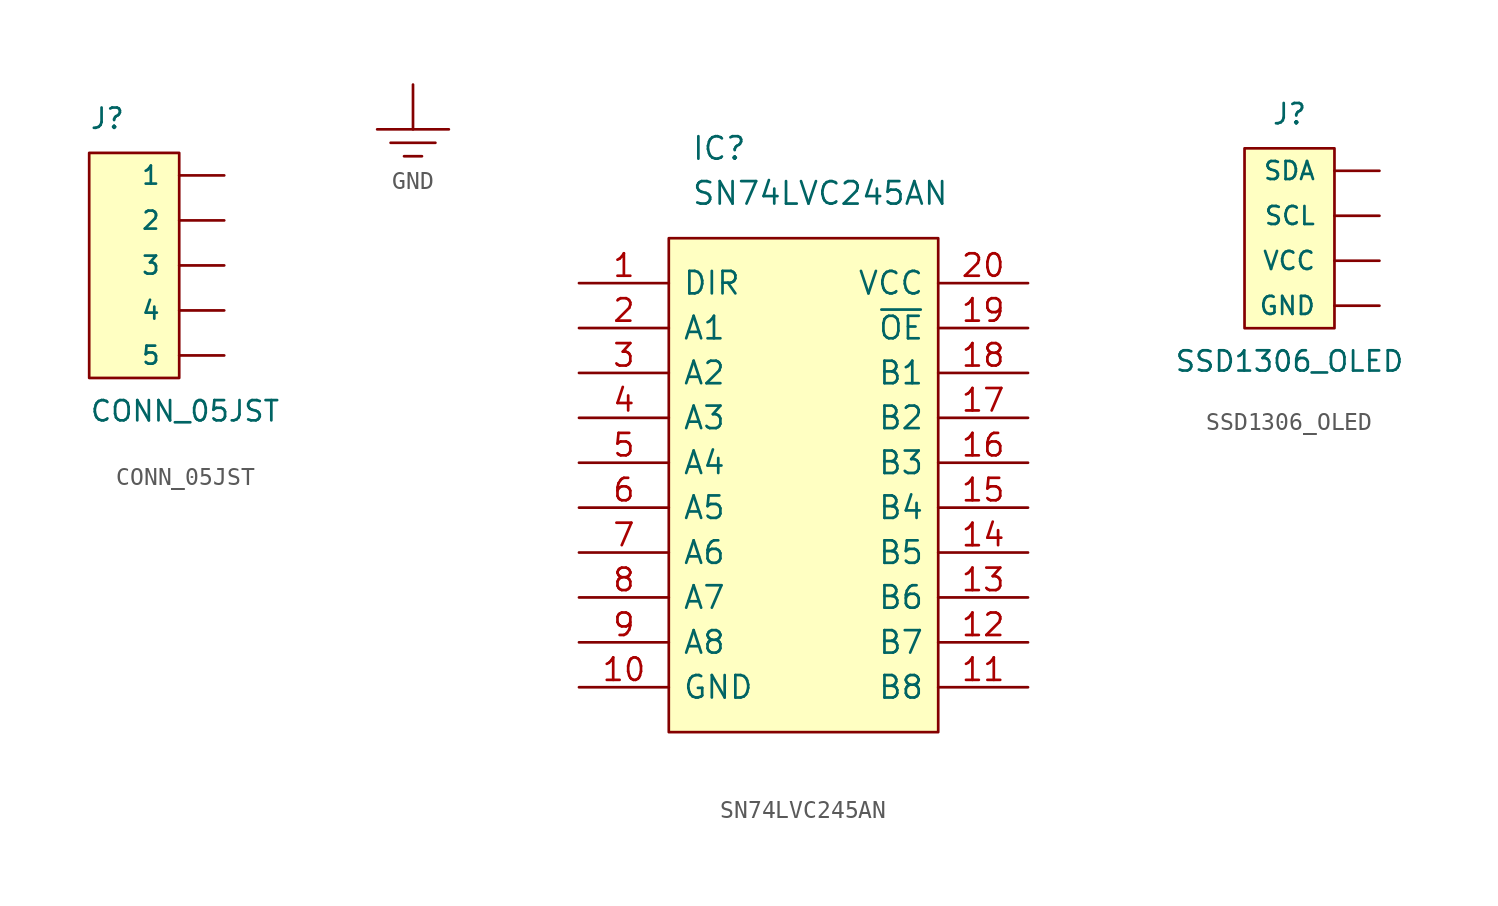
<source format=kicad_sym>
(kicad_symbol_lib
  (version 20211014)
  (generator kicad_symbol_editor)
  (symbol "CONN_05JST"
    (pin_numbers hide)
    (pin_names
      (offset 1.016))
    (property "Reference" "J"
      (at -5.08 12.7 0)
      (effects (font (size 1.143 1.143)) (justify left bottom)))
    (property "Value" "CONN_05JST"
      (at -5.08 -3.81 0)
      (effects (font (size 1.143 1.143)) (justify left bottom)))
    (symbol "CONN_05JST_0_1"
      (rectangle (start 0 -1.27) (end -5.08 11.43) (stroke (width 0) (type default) (color 0 0 0 0)) (fill (type background))))
    (symbol "CONN_05JST_1_1"
      (pin passive line (at 2.54 10.16 180) (length 2.54) (name "1" (effects (font (size 1.016 1.016)))) (number "1" (effects (font (size 1.016 1.016)))))
      (pin passive line (at 2.54 7.62 180) (length 2.54) (name "2" (effects (font (size 1.016 1.016)))) (number "2" (effects (font (size 1.016 1.016)))))
      (pin passive line (at 2.54 5.08 180) (length 2.54) (name "3" (effects (font (size 1.016 1.016)))) (number "3" (effects (font (size 1.016 1.016)))))
      (pin passive line (at 2.54 2.54 180) (length 2.54) (name "4" (effects (font (size 1.016 1.016)))) (number "4" (effects (font (size 1.016 1.016)))))
      (pin passive line (at 2.54 0 180) (length 2.54) (name "5" (effects (font (size 1.016 1.016)))) (number "5" (effects (font (size 1.016 1.016)))))))
  (symbol "GND"
    (power)
    (pin_numbers hide)
    (pin_names
      (offset 1.016) hide)
    (property "Reference" "#GND"
      (at 1.27 -1.27 0)
      (effects (font (size 1.143 1.143)) (justify left bottom) hide))
    (symbol "GND_1_0"
      (polyline (pts (xy -2.032 -2.54) (xy 2.032 -2.54)) (stroke (width 0) (type default) (color 0 0 0 0)) (fill (type none)))
      (polyline (pts (xy -1.27 -3.302) (xy 1.27 -3.302)) (stroke (width 0) (type default) (color 0 0 0 0)) (fill (type none)))
      (polyline (pts (xy -0.508 -4.064) (xy 0.508 -4.064)) (stroke (width 0) (type default) (color 0 0 0 0)) (fill (type none)))
      (polyline (pts (xy 0 0) (xy 0 -2.54)) (stroke (width 0) (type default) (color 0 0 0 0)) (fill (type none))))
    (symbol "GND_1_1"
      (pin power_in line (at 0 0 270) (length 0) hide (name "GND" (effects (font (size 1.016 1.016)))) (number "~" (effects (font (size 1.016 1.016)))))))
  (symbol "SN74LVC245AN"
    (pin_names
      (offset 0.762))
    (property "Reference" "IC"
      (at 6.35 7.62 0)
      (effects (font (size 1.27 1.27)) (justify left)))
    (property "Value" "SN74LVC245AN"
      (at 6.35 5.08 0)
      (effects (font (size 1.27 1.27)) (justify left)))
    (symbol "SN74LVC245AN_0_0"
      (pin passive line (at 0 0 0) (length 5.08) (name "DIR" (effects (font (size 1.27 1.27)))) (number "1" (effects (font (size 1.27 1.27)))))
      (pin power_in line (at 0 -22.86 0) (length 5.08) (name "GND" (effects (font (size 1.27 1.27)))) (number "10" (effects (font (size 1.27 1.27)))))
      (pin passive line (at 25.4 -22.86 180) (length 5.08) (name "B8" (effects (font (size 1.27 1.27)))) (number "11" (effects (font (size 1.27 1.27)))))
      (pin passive line (at 25.4 -20.32 180) (length 5.08) (name "B7" (effects (font (size 1.27 1.27)))) (number "12" (effects (font (size 1.27 1.27)))))
      (pin passive line (at 25.4 -17.78 180) (length 5.08) (name "B6" (effects (font (size 1.27 1.27)))) (number "13" (effects (font (size 1.27 1.27)))))
      (pin passive line (at 25.4 -15.24 180) (length 5.08) (name "B5" (effects (font (size 1.27 1.27)))) (number "14" (effects (font (size 1.27 1.27)))))
      (pin passive line (at 25.4 -12.7 180) (length 5.08) (name "B4" (effects (font (size 1.27 1.27)))) (number "15" (effects (font (size 1.27 1.27)))))
      (pin passive line (at 25.4 -10.16 180) (length 5.08) (name "B3" (effects (font (size 1.27 1.27)))) (number "16" (effects (font (size 1.27 1.27)))))
      (pin passive line (at 25.4 -7.62 180) (length 5.08) (name "B2" (effects (font (size 1.27 1.27)))) (number "17" (effects (font (size 1.27 1.27)))))
      (pin passive line (at 25.4 -5.08 180) (length 5.08) (name "B1" (effects (font (size 1.27 1.27)))) (number "18" (effects (font (size 1.27 1.27)))))
      (pin passive line (at 25.4 -2.54 180) (length 5.08) (name "~{OE}" (effects (font (size 1.27 1.27)))) (number "19" (effects (font (size 1.27 1.27)))))
      (pin passive line (at 0 -2.54 0) (length 5.08) (name "A1" (effects (font (size 1.27 1.27)))) (number "2" (effects (font (size 1.27 1.27)))))
      (pin power_in line (at 25.4 0 180) (length 5.08) (name "VCC" (effects (font (size 1.27 1.27)))) (number "20" (effects (font (size 1.27 1.27)))))
      (pin passive line (at 0 -5.08 0) (length 5.08) (name "A2" (effects (font (size 1.27 1.27)))) (number "3" (effects (font (size 1.27 1.27)))))
      (pin passive line (at 0 -7.62 0) (length 5.08) (name "A3" (effects (font (size 1.27 1.27)))) (number "4" (effects (font (size 1.27 1.27)))))
      (pin passive line (at 0 -10.16 0) (length 5.08) (name "A4" (effects (font (size 1.27 1.27)))) (number "5" (effects (font (size 1.27 1.27)))))
      (pin passive line (at 0 -12.7 0) (length 5.08) (name "A5" (effects (font (size 1.27 1.27)))) (number "6" (effects (font (size 1.27 1.27)))))
      (pin passive line (at 0 -15.24 0) (length 5.08) (name "A6" (effects (font (size 1.27 1.27)))) (number "7" (effects (font (size 1.27 1.27)))))
      (pin passive line (at 0 -17.78 0) (length 5.08) (name "A7" (effects (font (size 1.27 1.27)))) (number "8" (effects (font (size 1.27 1.27)))))
      (pin passive line (at 0 -20.32 0) (length 5.08) (name "A8" (effects (font (size 1.27 1.27)))) (number "9" (effects (font (size 1.27 1.27))))))
    (symbol "SN74LVC245AN_0_1"
      (polyline (pts (xy 5.08 2.54) (xy 20.32 2.54) (xy 20.32 -25.4) (xy 5.08 -25.4) (xy 5.08 2.54)) (stroke (width 0.152) (type default) (color 0 0 0 0)) (fill (type background)))))
  (symbol "SSD1306_OLED"
    (pin_numbers hide)
    (pin_names
      (offset 1.016))
    (property "Reference" "J"
      (at -2.54 10.16 0)
      (effects (font (size 1.143 1.143)) (justify bottom)))
    (property "Value" "SSD1306_OLED"
      (at -2.54 -3.81 0)
      (effects (font (size 1.143 1.143)) (justify bottom)))
    (symbol "SSD1306_OLED_1_0"
      (rectangle (start 0 -1.27) (end -5.08 8.89) (stroke (width 0) (type default) (color 0 0 0 0)) (fill (type background))))
    (symbol "SSD1306_OLED_1_1"
      (pin power_in line (at 2.54 0 180) (length 2.54) (name "GND" (effects (font (size 1.016 1.016)))) (number "1" (effects (font (size 1.016 1.016)))))
      (pin power_in line (at 2.54 2.54 180) (length 2.54) (name "VCC" (effects (font (size 1.016 1.016)))) (number "2" (effects (font (size 1.016 1.016)))))
      (pin bidirectional line (at 2.54 5.08 180) (length 2.54) (name "SCL" (effects (font (size 1.016 1.016)))) (number "3" (effects (font (size 1.016 1.016)))))
      (pin bidirectional line (at 2.54 7.62 180) (length 2.54) (name "SDA" (effects (font (size 1.016 1.016)))) (number "4" (effects (font (size 1.016 1.016))))))))
</source>
